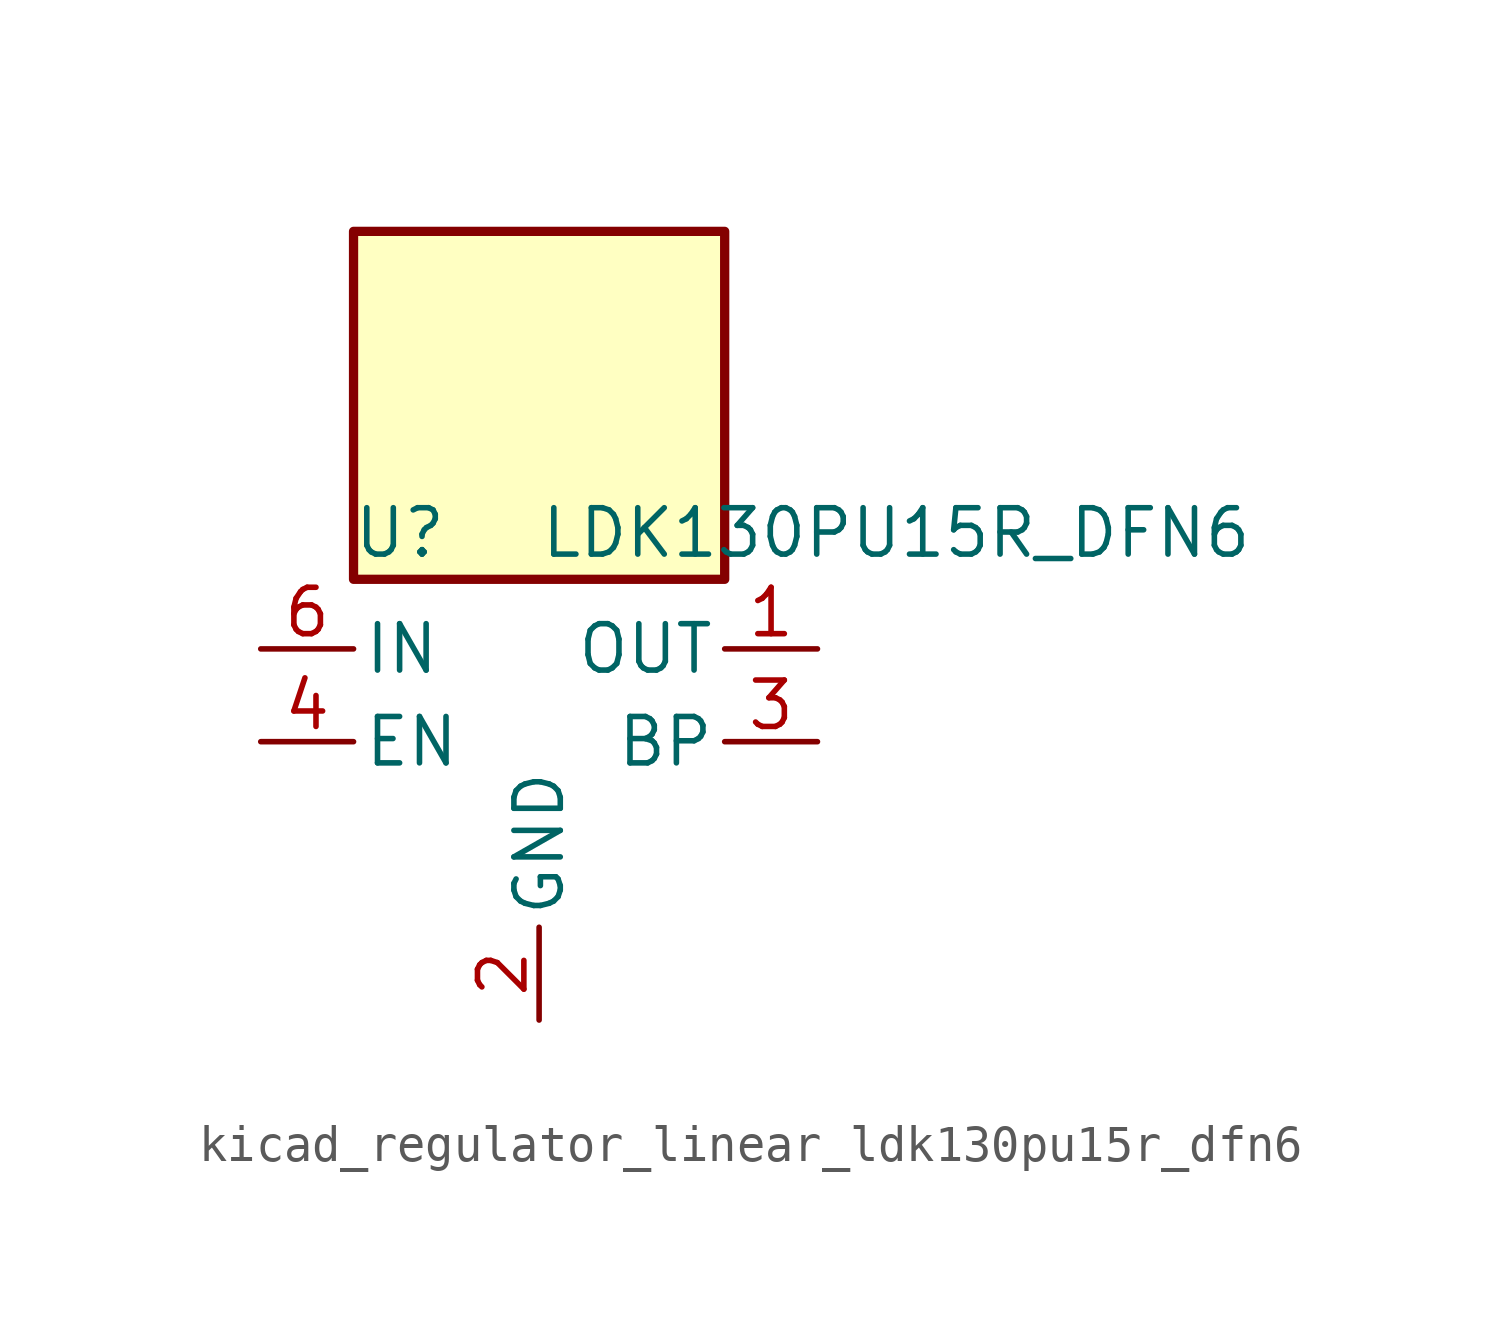
<source format=kicad_sym>
(kicad_symbol_lib
  (version 20220914)
  (generator kicad_symbol_editor)
  (symbol "kicad_regulator_linear_ldk130pu15r_dfn6"
    (pin_names
      (offset 0.254))
    (property "Reference" "U"
      (at -3.81 5.715 0)
      (effects (font (size 1.27 1.27))))
    (property "Value" "LDK130PU15R_DFN6"
      (at 0 5.715 0)
      (effects (font (size 1.27 1.27)) (justify left)))
    (symbol "kicad_regulator_linear_ldk130pu15r_dfn6_0_1"
      (rectangle (start 5.08 13.97) (end -5.08 4.445) (stroke (width 0.254) (type default)) (fill (type background))))
    (symbol "kicad_regulator_linear_ldk130pu15r_dfn6_1_1"
      (pin power_out line (at 7.62 2.54 180) (length 2.54) (name "OUT" (effects (font (size 1.27 1.27)))) (number "1" (effects (font (size 1.27 1.27)))))
      (pin power_in line (at 0 -7.62 90) (length 2.54) (name "GND" (effects (font (size 1.27 1.27)))) (number "2" (effects (font (size 1.27 1.27)))))
      (pin passive line (at 7.62 0 180) (length 2.54) (name "BP" (effects (font (size 1.27 1.27)))) (number "3" (effects (font (size 1.27 1.27)))))
      (pin input line (at -7.62 0 0) (length 2.54) (name "EN" (effects (font (size 1.27 1.27)))) (number "4" (effects (font (size 1.27 1.27)))))
      (pin no_connect line (at -5.08 -2.54 0) (length 2.54) hide (name "NC" (effects (font (size 1.27 1.27)))) (number "5" (effects (font (size 1.27 1.27)))))
      (pin power_in line (at -7.62 2.54 0) (length 2.54) (name "IN" (effects (font (size 1.27 1.27)))) (number "6" (effects (font (size 1.27 1.27))))))))
</source>
